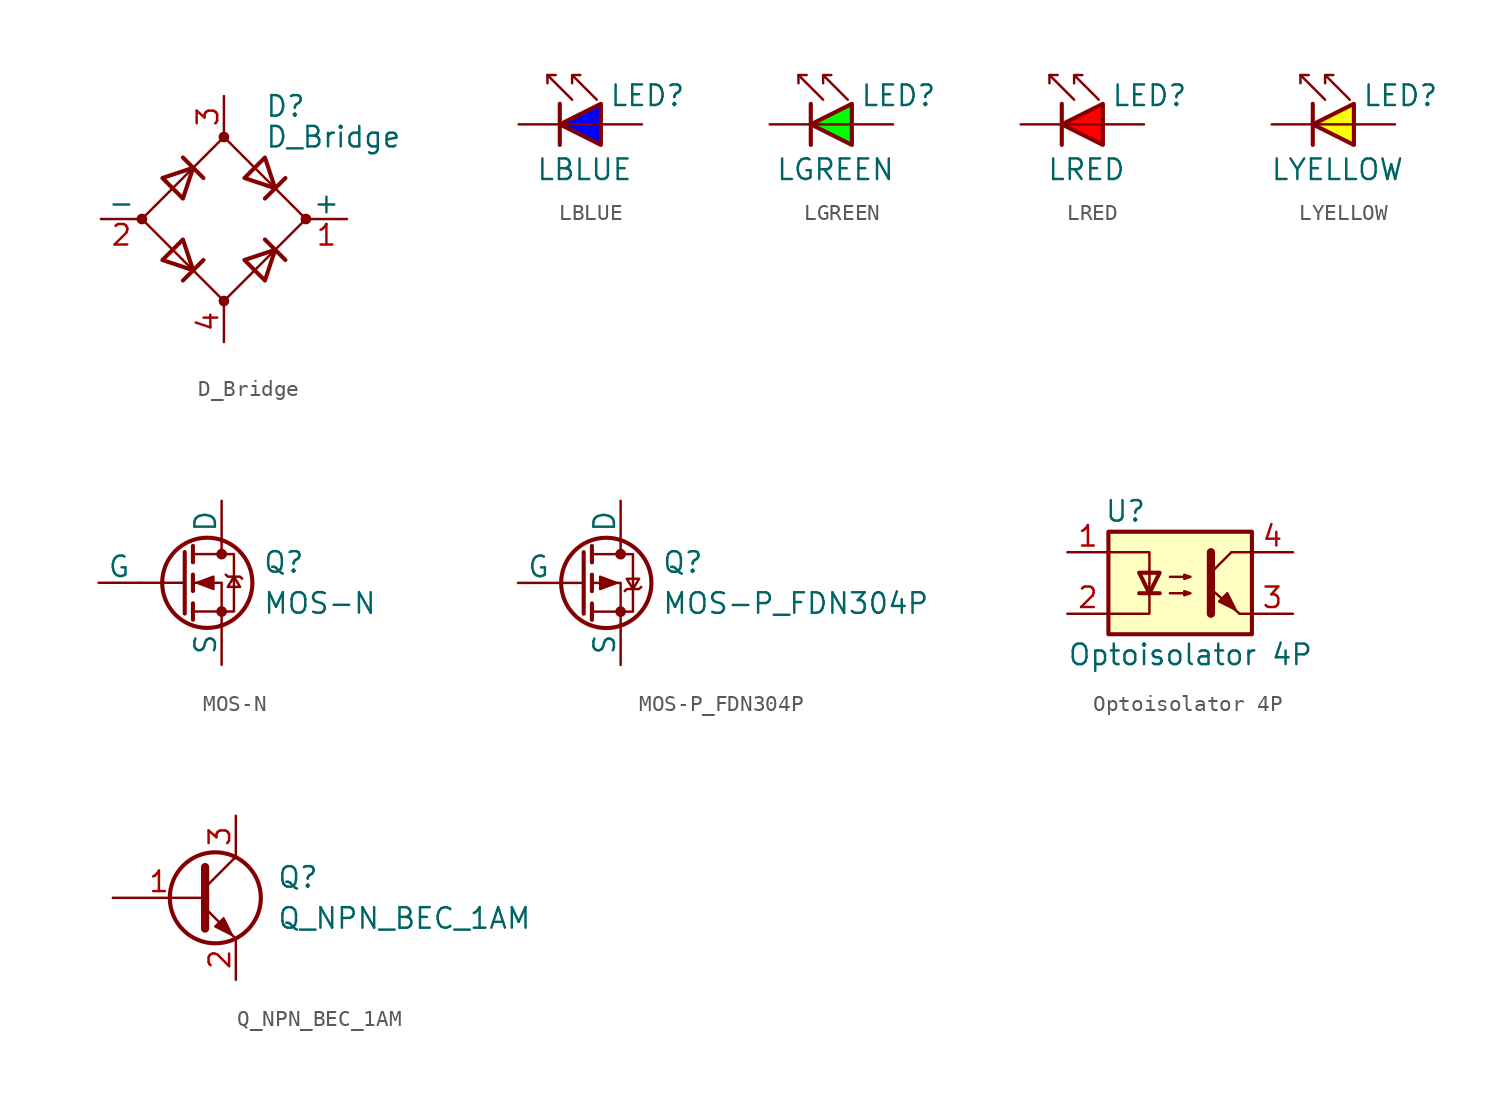
<source format=kicad_sym>
(kicad_symbol_lib
  (version 20220914)
  (generator kicad_symbol_editor)
  (symbol "D_Bridge"
    (pin_names
      (offset 0))
    (property "Reference" "D"
      (at 2.54 6.985 0)
      (effects (font (size 1.27 1.27)) (justify left)))
    (property "Value" "D_Bridge"
      (at 2.54 5.08 0)
      (effects (font (size 1.27 1.27)) (justify left)))
    (symbol "D_Bridge_0_1"
      (circle (center -5.08 0) (radius 0.254) (stroke (width 0) (type default)) (fill (type outline)))
      (circle (center 0 -5.08) (radius 0.254) (stroke (width 0) (type default)) (fill (type outline)))
      (polyline (pts (xy -2.54 3.81) (xy -1.27 2.54)) (stroke (width 0.254) (type default)) (fill (type none)))
      (polyline (pts (xy -1.27 -2.54) (xy -2.54 -3.81)) (stroke (width 0.254) (type default)) (fill (type none)))
      (polyline (pts (xy 2.54 -1.27) (xy 3.81 -2.54)) (stroke (width 0.254) (type default)) (fill (type none)))
      (polyline (pts (xy 2.54 1.27) (xy 3.81 2.54)) (stroke (width 0.254) (type default)) (fill (type none)))
      (polyline (pts (xy -3.81 2.54) (xy -2.54 1.27) (xy -1.905 3.175) (xy -3.81 2.54)) (stroke (width 0.254) (type default)) (fill (type none)))
      (polyline (pts (xy -2.54 -1.27) (xy -3.81 -2.54) (xy -1.905 -3.175) (xy -2.54 -1.27)) (stroke (width 0.254) (type default)) (fill (type none)))
      (polyline (pts (xy 1.27 2.54) (xy 2.54 3.81) (xy 3.175 1.905) (xy 1.27 2.54)) (stroke (width 0.254) (type default)) (fill (type none)))
      (polyline (pts (xy 3.175 -1.905) (xy 1.27 -2.54) (xy 2.54 -3.81) (xy 3.175 -1.905)) (stroke (width 0.254) (type default)) (fill (type none)))
      (polyline (pts (xy -5.08 0) (xy 0 -5.08) (xy 5.08 0) (xy 0 5.08) (xy -5.08 0)) (stroke (width 0) (type default)) (fill (type none)))
      (circle (center 0 5.08) (radius 0.254) (stroke (width 0) (type default)) (fill (type outline)))
      (circle (center 5.08 0) (radius 0.254) (stroke (width 0) (type default)) (fill (type outline))))
    (symbol "D_Bridge_1_1"
      (pin passive line (at 7.62 0 180) (length 2.54) (name "+" (effects (font (size 1.27 1.27)))) (number "1" (effects (font (size 1.27 1.27)))))
      (pin passive line (at -7.62 0 0) (length 2.54) (name "-" (effects (font (size 1.27 1.27)))) (number "2" (effects (font (size 1.27 1.27)))))
      (pin passive line (at 0 7.62 270) (length 2.54) (name "~" (effects (font (size 1.27 1.27)))) (number "3" (effects (font (size 1.27 1.27)))))
      (pin passive line (at 0 -7.62 90) (length 2.54) (name "~" (effects (font (size 1.27 1.27)))) (number "4" (effects (font (size 1.27 1.27)))))))
  (symbol "LBLUE"
    (pin_numbers hide)
    (pin_names hide)
    (property "Reference" "LED"
      (at 1.778 1.778 0)
      (effects (font (size 1.27 1.27)) (justify left)))
    (property "Value" "LBLUE"
      (at 0.254 -2.794 0)
      (effects (font (size 1.27 1.27))))
    (symbol "LBLUE_0_1"
      (polyline (pts (xy -2.032 3.048) (xy -2.032 2.54)) (stroke (width 0) (type default)) (fill (type none)))
      (polyline (pts (xy -1.27 1.27) (xy -1.27 -1.27)) (stroke (width 0.254) (type default)) (fill (type none)))
      (polyline (pts (xy 1.27 0) (xy -1.27 0)) (stroke (width 0) (type default)) (fill (type none)))
      (polyline (pts (xy -0.508 1.524) (xy -2.032 3.048) (xy -1.524 3.048)) (stroke (width 0) (type default)) (fill (type none)))
      (polyline (pts (xy 1.016 1.524) (xy -0.508 3.048) (xy 0 3.048) (xy -0.508 3.048) (xy -0.508 2.54)) (stroke (width 0) (type default)) (fill (type none))))
    (symbol "LBLUE_1_1"
      (polyline (pts (xy 1.27 -1.27) (xy 1.27 1.27) (xy -1.27 0) (xy 1.27 -1.27)) (stroke (width 0.254) (type default)) (fill (type color) (color 0 0 255 1)))
      (pin passive line (at -3.81 0 0) (length 2.54) (name "K" (effects (font (size 1.27 1.27)))) (number "1" (effects (font (size 1.27 1.27)))))
      (pin passive line (at 3.81 0 180) (length 2.54) (name "A" (effects (font (size 1.27 1.27)))) (number "2" (effects (font (size 1.27 1.27)))))))
  (symbol "LGREEN"
    (pin_numbers hide)
    (pin_names hide)
    (property "Reference" "LED"
      (at 1.778 1.778 0)
      (effects (font (size 1.27 1.27)) (justify left)))
    (property "Value" "LGREEN"
      (at 0.254 -2.794 0)
      (effects (font (size 1.27 1.27))))
    (symbol "LGREEN_0_1"
      (polyline (pts (xy -2.032 3.048) (xy -2.032 2.54)) (stroke (width 0) (type default)) (fill (type none)))
      (polyline (pts (xy -1.27 1.27) (xy -1.27 -1.27)) (stroke (width 0.254) (type default)) (fill (type none)))
      (polyline (pts (xy 1.27 0) (xy -1.27 0)) (stroke (width 0) (type default)) (fill (type none)))
      (polyline (pts (xy -0.508 1.524) (xy -2.032 3.048) (xy -1.524 3.048)) (stroke (width 0) (type default)) (fill (type none)))
      (polyline (pts (xy 1.016 1.524) (xy -0.508 3.048) (xy 0 3.048) (xy -0.508 3.048) (xy -0.508 2.54)) (stroke (width 0) (type default)) (fill (type none))))
    (symbol "LGREEN_1_1"
      (polyline (pts (xy 1.27 -1.27) (xy 1.27 1.27) (xy -1.27 0) (xy 1.27 -1.27)) (stroke (width 0.254) (type default)) (fill (type color) (color 0 255 0 1)))
      (pin passive line (at -3.81 0 0) (length 2.54) (name "K" (effects (font (size 1.27 1.27)))) (number "1" (effects (font (size 1.27 1.27)))))
      (pin passive line (at 3.81 0 180) (length 2.54) (name "A" (effects (font (size 1.27 1.27)))) (number "2" (effects (font (size 1.27 1.27)))))))
  (symbol "LRED"
    (pin_numbers hide)
    (pin_names hide)
    (property "Reference" "LED"
      (at 1.778 1.778 0)
      (effects (font (size 1.27 1.27)) (justify left)))
    (property "Value" "LRED"
      (at 0.254 -2.794 0)
      (effects (font (size 1.27 1.27))))
    (symbol "LRED_0_1"
      (polyline (pts (xy -2.032 3.048) (xy -2.032 2.54)) (stroke (width 0) (type default)) (fill (type none)))
      (polyline (pts (xy -1.27 1.27) (xy -1.27 -1.27)) (stroke (width 0.254) (type default)) (fill (type none)))
      (polyline (pts (xy 1.27 0) (xy -1.27 0)) (stroke (width 0) (type default)) (fill (type none)))
      (polyline (pts (xy -0.508 1.524) (xy -2.032 3.048) (xy -1.524 3.048)) (stroke (width 0) (type default)) (fill (type none)))
      (polyline (pts (xy 1.016 1.524) (xy -0.508 3.048) (xy 0 3.048) (xy -0.508 3.048) (xy -0.508 2.54)) (stroke (width 0) (type default)) (fill (type none))))
    (symbol "LRED_1_1"
      (polyline (pts (xy 1.27 -1.27) (xy 1.27 1.27) (xy -1.27 0) (xy 1.27 -1.27)) (stroke (width 0.254) (type default)) (fill (type color) (color 255 0 0 1)))
      (pin passive line (at -3.81 0 0) (length 2.54) (name "K" (effects (font (size 1.27 1.27)))) (number "1" (effects (font (size 1.27 1.27)))))
      (pin passive line (at 3.81 0 180) (length 2.54) (name "A" (effects (font (size 1.27 1.27)))) (number "2" (effects (font (size 1.27 1.27)))))))
  (symbol "LYELLOW"
    (pin_numbers hide)
    (pin_names hide)
    (property "Reference" "LED"
      (at 1.778 1.778 0)
      (effects (font (size 1.27 1.27)) (justify left)))
    (property "Value" "LYELLOW"
      (at 0.254 -2.794 0)
      (effects (font (size 1.27 1.27))))
    (symbol "LYELLOW_0_1"
      (polyline (pts (xy -2.032 3.048) (xy -2.032 2.54)) (stroke (width 0) (type default)) (fill (type none)))
      (polyline (pts (xy -1.27 1.27) (xy -1.27 -1.27)) (stroke (width 0.254) (type default)) (fill (type none)))
      (polyline (pts (xy 1.27 0) (xy -1.27 0)) (stroke (width 0) (type default)) (fill (type none)))
      (polyline (pts (xy -0.508 1.524) (xy -2.032 3.048) (xy -1.524 3.048)) (stroke (width 0) (type default)) (fill (type none)))
      (polyline (pts (xy 1.016 1.524) (xy -0.508 3.048) (xy 0 3.048) (xy -0.508 3.048) (xy -0.508 2.54)) (stroke (width 0) (type default)) (fill (type none))))
    (symbol "LYELLOW_1_1"
      (polyline (pts (xy 1.27 -1.27) (xy 1.27 1.27) (xy -1.27 0) (xy 1.27 -1.27)) (stroke (width 0.254) (type default)) (fill (type color) (color 255 255 0 1)))
      (pin passive line (at -3.81 0 0) (length 2.54) (name "K" (effects (font (size 1.27 1.27)))) (number "1" (effects (font (size 1.27 1.27)))))
      (pin passive line (at 3.81 0 180) (length 2.54) (name "A" (effects (font (size 1.27 1.27)))) (number "2" (effects (font (size 1.27 1.27)))))))
  (symbol "MOS-N"
    (pin_numbers hide)
    (pin_names
      (offset 0))
    (property "Reference" "Q"
      (at 5.08 1.27 0)
      (effects (font (size 1.27 1.27)) (justify left)))
    (property "Value" "MOS-N"
      (at 5.08 -1.27 0)
      (effects (font (size 1.27 1.27)) (justify left)))
    (symbol "MOS-N_0_1"
      (polyline (pts (xy 0.254 0) (xy -2.54 0)) (stroke (width 0) (type default)) (fill (type none)))
      (polyline (pts (xy 0.254 1.905) (xy 0.254 -1.905)) (stroke (width 0.254) (type default)) (fill (type none)))
      (polyline (pts (xy 0.762 -1.27) (xy 0.762 -2.286)) (stroke (width 0.254) (type default)) (fill (type none)))
      (polyline (pts (xy 0.762 0.508) (xy 0.762 -0.508)) (stroke (width 0.254) (type default)) (fill (type none)))
      (polyline (pts (xy 0.762 2.286) (xy 0.762 1.27)) (stroke (width 0.254) (type default)) (fill (type none)))
      (polyline (pts (xy 2.54 2.54) (xy 2.54 1.778)) (stroke (width 0) (type default)) (fill (type none)))
      (polyline (pts (xy 2.54 -2.54) (xy 2.54 0) (xy 0.762 0)) (stroke (width 0) (type default)) (fill (type none)))
      (polyline (pts (xy 0.762 -1.778) (xy 3.302 -1.778) (xy 3.302 1.778) (xy 0.762 1.778)) (stroke (width 0) (type default)) (fill (type none)))
      (polyline (pts (xy 1.016 0) (xy 2.032 0.381) (xy 2.032 -0.381) (xy 1.016 0)) (stroke (width 0) (type default)) (fill (type outline)))
      (polyline (pts (xy 2.794 0.508) (xy 2.921 0.381) (xy 3.683 0.381) (xy 3.81 0.254)) (stroke (width 0) (type default)) (fill (type none)))
      (polyline (pts (xy 3.302 0.381) (xy 2.921 -0.254) (xy 3.683 -0.254) (xy 3.302 0.381)) (stroke (width 0) (type default)) (fill (type none)))
      (circle (center 1.651 0) (radius 2.794) (stroke (width 0.254) (type default)) (fill (type none)))
      (circle (center 2.54 -1.778) (radius 0.254) (stroke (width 0) (type default)) (fill (type outline)))
      (circle (center 2.54 1.778) (radius 0.254) (stroke (width 0) (type default)) (fill (type outline))))
    (symbol "MOS-N_1_1"
      (pin passive line (at 2.54 5.08 270) (length 2.54) (name "D" (effects (font (size 1.27 1.27)))) (number "1" (effects (font (size 1.27 1.27)))))
      (pin input line (at -5.08 0 0) (length 2.54) (name "G" (effects (font (size 1.27 1.27)))) (number "2" (effects (font (size 1.27 1.27)))))
      (pin passive line (at 2.54 -5.08 90) (length 2.54) (name "S" (effects (font (size 1.27 1.27)))) (number "3" (effects (font (size 1.27 1.27)))))))
  (symbol "MOS-P_FDN304P"
    (pin_numbers hide)
    (pin_names
      (offset 0))
    (property "Reference" "Q"
      (at 5.08 1.27 0)
      (effects (font (size 1.27 1.27)) (justify left)))
    (property "Value" "MOS-P_FDN304P"
      (at 5.08 -1.27 0)
      (effects (font (size 1.27 1.27)) (justify left)))
    (symbol "MOS-P_FDN304P_0_1"
      (polyline (pts (xy 0.254 0) (xy -1.27 0)) (stroke (width 0) (type default)) (fill (type none)))
      (polyline (pts (xy 0.254 1.905) (xy 0.254 -1.905)) (stroke (width 0.254) (type default)) (fill (type none)))
      (polyline (pts (xy 0.762 -1.27) (xy 0.762 -2.286)) (stroke (width 0.254) (type default)) (fill (type none)))
      (polyline (pts (xy 0.762 0.508) (xy 0.762 -0.508)) (stroke (width 0.254) (type default)) (fill (type none)))
      (polyline (pts (xy 0.762 2.286) (xy 0.762 1.27)) (stroke (width 0.254) (type default)) (fill (type none)))
      (polyline (pts (xy 2.54 2.54) (xy 2.54 1.778)) (stroke (width 0) (type default)) (fill (type none)))
      (polyline (pts (xy 2.54 -2.54) (xy 2.54 0) (xy 0.762 0)) (stroke (width 0) (type default)) (fill (type none)))
      (polyline (pts (xy 0.762 1.778) (xy 3.302 1.778) (xy 3.302 -1.778) (xy 0.762 -1.778)) (stroke (width 0) (type default)) (fill (type none)))
      (polyline (pts (xy 2.286 0) (xy 1.27 0.381) (xy 1.27 -0.381) (xy 2.286 0)) (stroke (width 0) (type default)) (fill (type outline)))
      (polyline (pts (xy 2.794 -0.508) (xy 2.921 -0.381) (xy 3.683 -0.381) (xy 3.81 -0.254)) (stroke (width 0) (type default)) (fill (type none)))
      (polyline (pts (xy 3.302 -0.381) (xy 2.921 0.254) (xy 3.683 0.254) (xy 3.302 -0.381)) (stroke (width 0) (type default)) (fill (type none)))
      (circle (center 1.651 0) (radius 2.794) (stroke (width 0.254) (type default)) (fill (type none)))
      (circle (center 2.54 -1.778) (radius 0.254) (stroke (width 0) (type default)) (fill (type outline)))
      (circle (center 2.54 1.778) (radius 0.254) (stroke (width 0) (type default)) (fill (type outline))))
    (symbol "MOS-P_FDN304P_1_1"
      (pin passive line (at 2.54 5.08 270) (length 2.54) (name "D" (effects (font (size 1.27 1.27)))) (number "1" (effects (font (size 1.27 1.27)))))
      (pin input line (at -3.81 0 0) (length 2.54) (name "G" (effects (font (size 1.27 1.27)))) (number "2" (effects (font (size 1.27 1.27)))))
      (pin passive line (at 2.54 -5.08 90) (length 2.54) (name "S" (effects (font (size 1.27 1.27)))) (number "3" (effects (font (size 1.27 1.27)))))))
  (symbol "Optoisolator 4P"
    (pin_names
      (offset 1.016))
    (property "Reference" "U"
      (at -4.064 3.81 0)
      (do_not_autoplace)
      (effects (font (size 1.27 1.27)) (justify left)))
    (property "Value" "Optoisolator 4P"
      (at 1.27 -5.08 0)
      (do_not_autoplace)
      (effects (font (size 1.27 1.27))))
    (symbol "Optoisolator 4P_0_1"
      (polyline (pts (xy -1.905 -1.27) (xy -0.635 -1.27)) (stroke (width 0.254) (type default)) (fill (type none)))
      (polyline (pts (xy 2.54 0) (xy 3.81 1.27)) (stroke (width 0) (type default)) (fill (type none)))
      (polyline (pts (xy 3.81 1.27) (xy 5.08 1.27)) (stroke (width 0) (type default)) (fill (type none)))
      (polyline (pts (xy 4.318 -2.54) (xy 2.54 -1.016)) (stroke (width 0) (type default)) (fill (type outline)))
      (polyline (pts (xy 4.318 -2.54) (xy 5.08 -2.54)) (stroke (width 0) (type default)) (fill (type none)))
      (polyline (pts (xy 4.445 2.54) (xy 5.08 2.54)) (stroke (width 0) (type default)) (fill (type none)))
      (polyline (pts (xy -3.81 1.27) (xy -1.27 1.27) (xy -1.27 -0.635)) (stroke (width 0) (type default)) (fill (type none)))
      (polyline (pts (xy -1.27 -0.635) (xy -1.27 -2.54) (xy -3.81 -2.54)) (stroke (width 0) (type default)) (fill (type none)))
      (polyline (pts (xy 2.54 1.27) (xy 2.54 -2.54) (xy 2.54 -2.54)) (stroke (width 0.508) (type default)) (fill (type none)))
      (polyline (pts (xy -1.27 -1.27) (xy -1.905 0) (xy -0.635 0) (xy -1.27 -1.27)) (stroke (width 0.254) (type default)) (fill (type none)))
      (polyline (pts (xy 0 -1.27) (xy 1.27 -1.27) (xy 0.889 -1.397) (xy 0.889 -1.143) (xy 1.27 -1.27)) (stroke (width 0) (type default)) (fill (type none)))
      (polyline (pts (xy 0 -0.254) (xy 1.27 -0.254) (xy 0.889 -0.381) (xy 0.889 -0.127) (xy 1.27 -0.254)) (stroke (width 0) (type default)) (fill (type none)))
      (polyline (pts (xy 3.048 -1.778) (xy 3.556 -1.27) (xy 4.064 -2.286) (xy 3.048 -1.778) (xy 3.048 -1.778)) (stroke (width 0) (type default)) (fill (type outline))))
    (symbol "Optoisolator 4P_1_1"
      (rectangle (start -3.81 2.54) (end 5.08 -3.81) (stroke (width 0.254) (type default)) (fill (type background)))
      (pin passive line (at -6.35 1.27 0) (length 2.54) (name "~" (effects (font (size 1.27 1.27)))) (number "1" (effects (font (size 1.27 1.27)))))
      (pin passive line (at -6.35 -2.54 0) (length 2.54) (name "~" (effects (font (size 1.27 1.27)))) (number "2" (effects (font (size 1.27 1.27)))))
      (pin passive line (at 7.62 -2.54 180) (length 2.54) (name "~" (effects (font (size 1.27 1.27)))) (number "3" (effects (font (size 1.27 1.27)))))
      (pin passive line (at 7.62 1.27 180) (length 2.54) (name "~" (effects (font (size 1.27 1.27)))) (number "4" (effects (font (size 1.27 1.27)))))))
  (symbol "Q_NPN_BEC_1AM"
    (pin_names
      (offset 0) hide)
    (property "Reference" "Q"
      (at 5.08 1.27 0)
      (effects (font (size 1.27 1.27)) (justify left)))
    (property "Value" "Q_NPN_BEC_1AM"
      (at 5.08 -1.27 0)
      (effects (font (size 1.27 1.27)) (justify left)))
    (symbol "Q_NPN_BEC_1AM_0_1"
      (polyline (pts (xy 0.635 0.635) (xy 2.54 2.54)) (stroke (width 0) (type default)) (fill (type none)))
      (polyline (pts (xy 0.635 -0.635) (xy 2.54 -2.54) (xy 2.54 -2.54)) (stroke (width 0) (type default)) (fill (type none)))
      (polyline (pts (xy 0.635 1.905) (xy 0.635 -1.905) (xy 0.635 -1.905)) (stroke (width 0.508) (type default)) (fill (type none)))
      (polyline (pts (xy 1.27 -1.778) (xy 1.778 -1.27) (xy 2.286 -2.286) (xy 1.27 -1.778) (xy 1.27 -1.778)) (stroke (width 0) (type default)) (fill (type outline)))
      (circle (center 1.27 0) (radius 2.819) (stroke (width 0.254) (type default)) (fill (type none))))
    (symbol "Q_NPN_BEC_1AM_1_1"
      (pin input line (at -5.08 0 0) (length 5.715) (name "B" (effects (font (size 1.27 1.27)))) (number "1" (effects (font (size 1.27 1.27)))))
      (pin passive line (at 2.54 -5.08 90) (length 2.54) (name "E" (effects (font (size 1.27 1.27)))) (number "2" (effects (font (size 1.27 1.27)))))
      (pin passive line (at 2.54 5.08 270) (length 2.54) (name "C" (effects (font (size 1.27 1.27)))) (number "3" (effects (font (size 1.27 1.27))))))))
</source>
